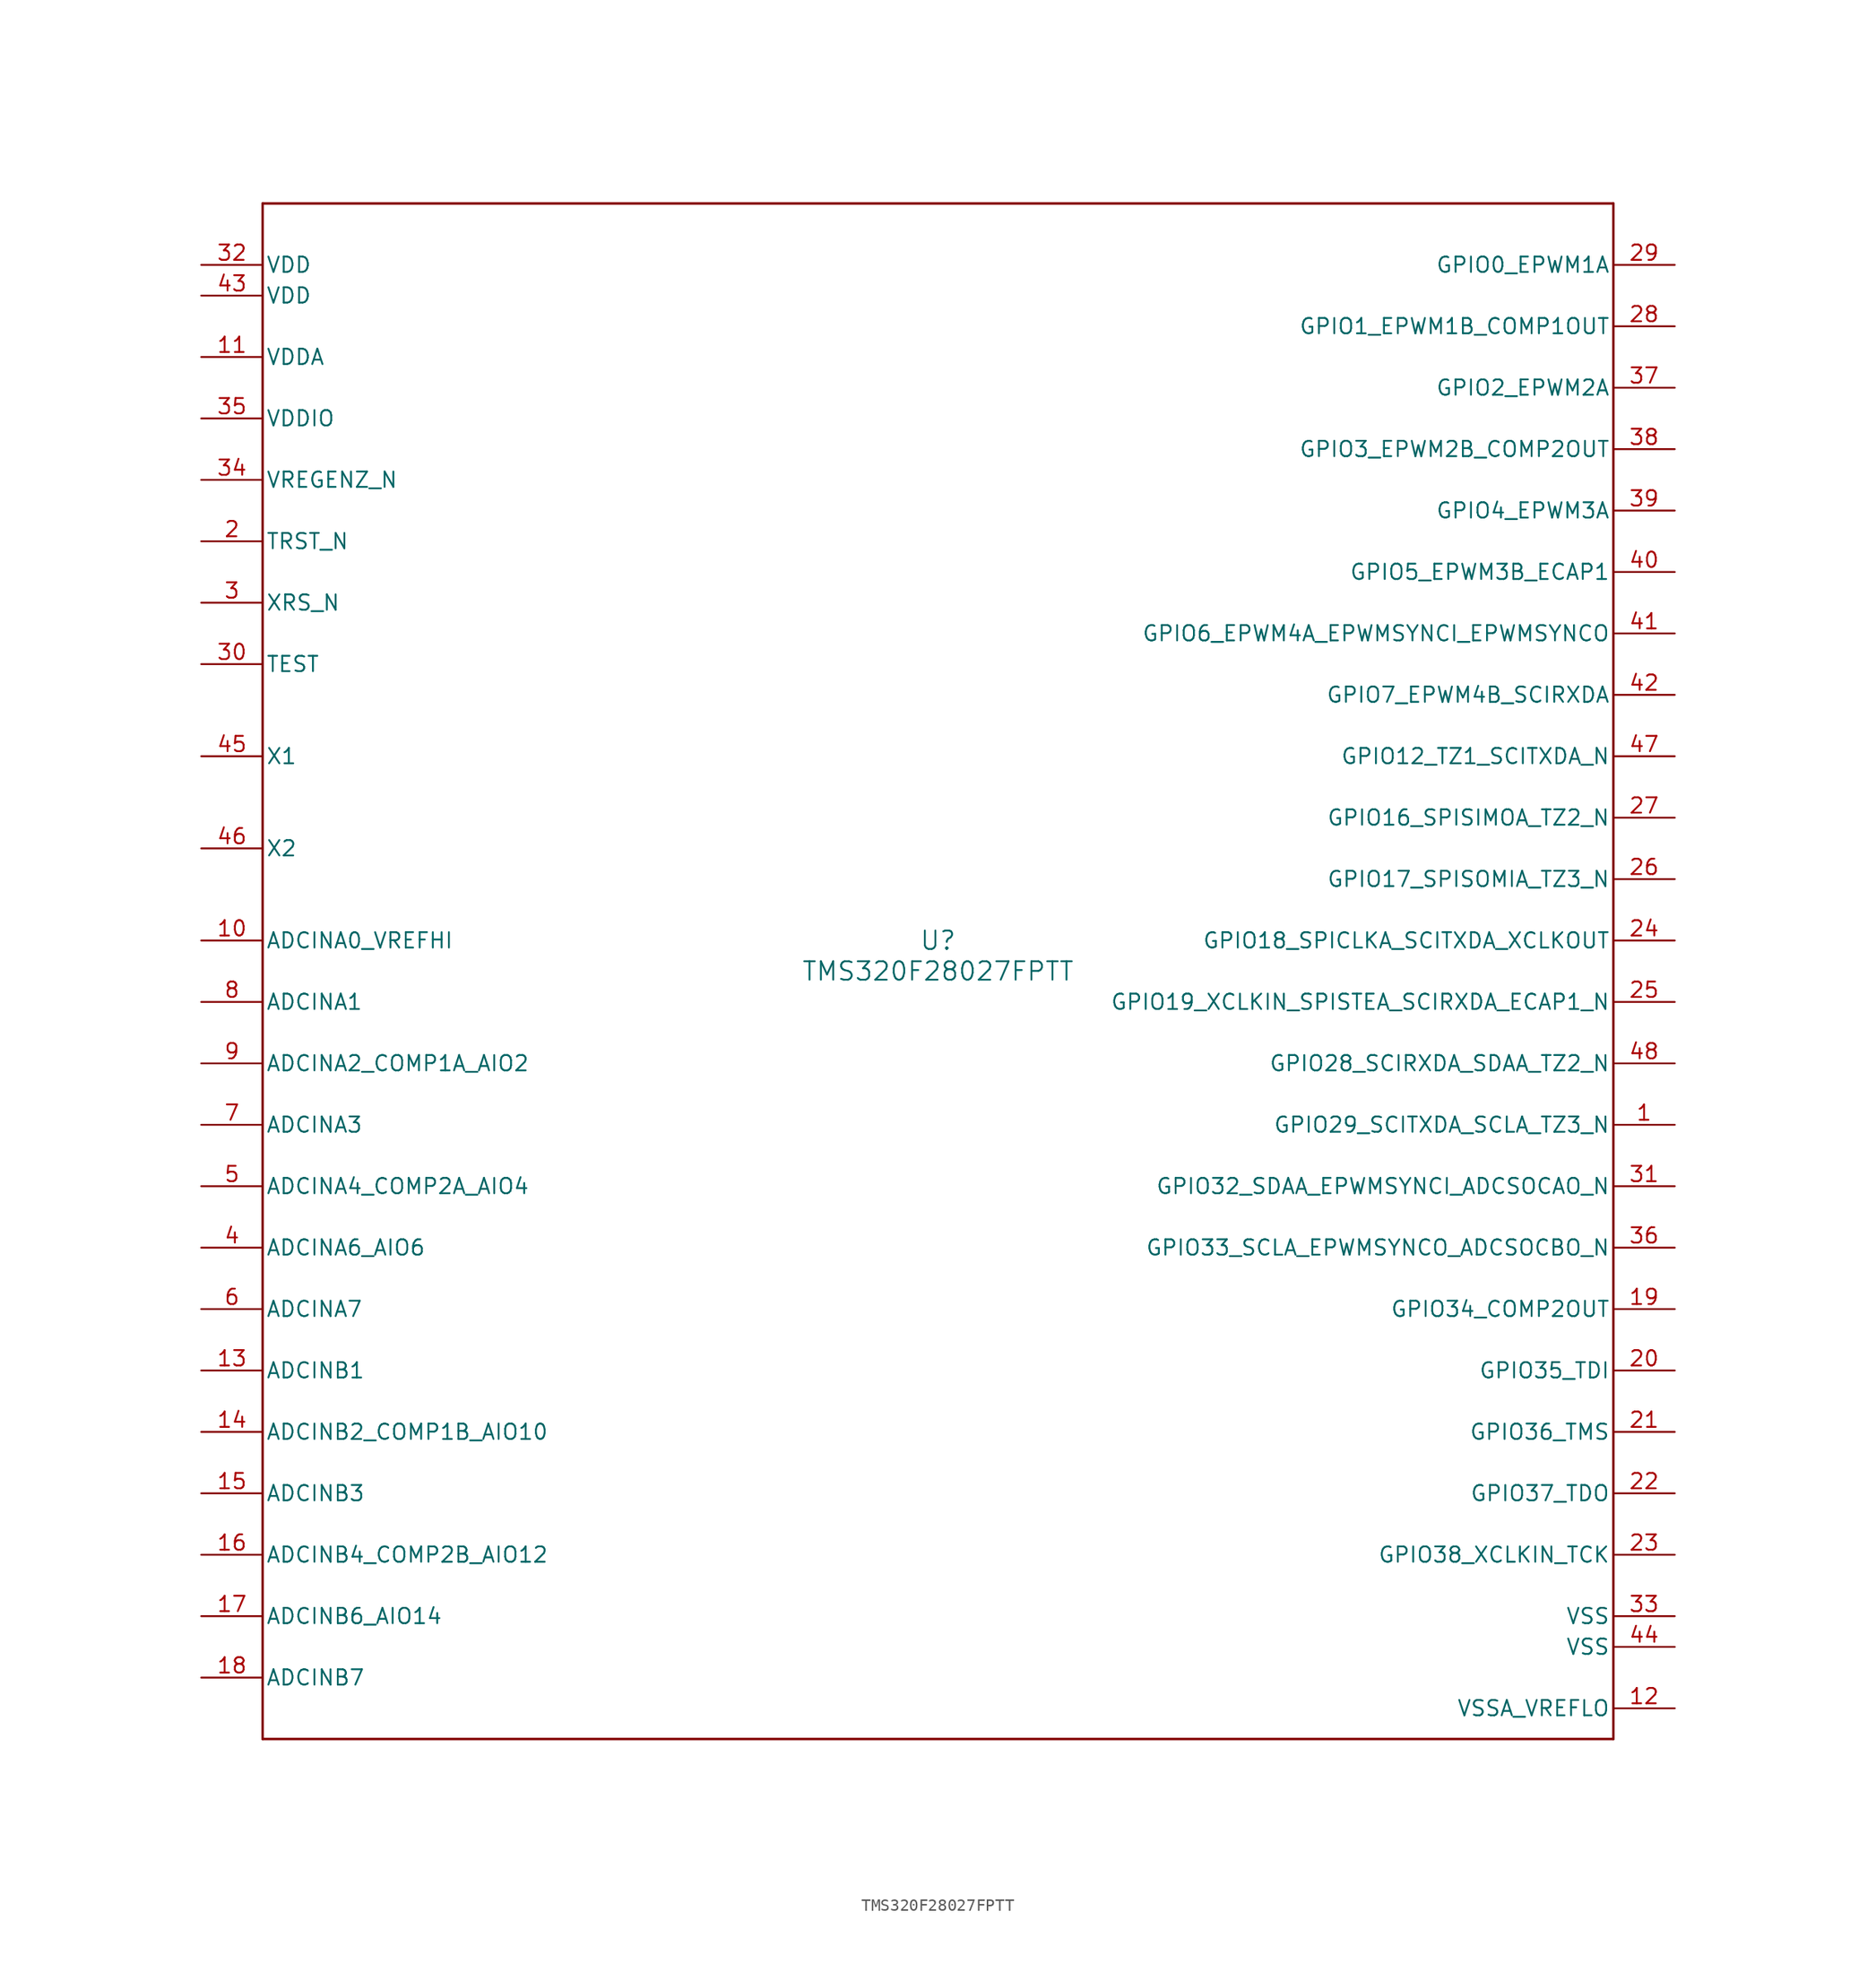
<source format=kicad_sym>
(kicad_symbol_lib
  (version 20211014)
  (generator kicad_symbol_editor)
  (symbol "TMS320F28027FPTT"
    (pin_names
      (offset 0.254))
    (property "Reference" "U"
      (at 0 2.54 0)
      (effects (font (size 1.524 1.524))))
    (property "Value" "TMS320F28027FPTT"
      (at 0 0 0)
      (effects (font (size 1.524 1.524))))
    (symbol "TMS320F28027FPTT_0_1"
      (polyline (pts (xy -55.88 -63.5) (xy 55.88 -63.5)) (stroke (width 0.203) (type default) (color 0 0 0 0)) (fill (type none)))
      (polyline (pts (xy 55.88 -63.5) (xy 55.88 63.5)) (stroke (width 0.203) (type default) (color 0 0 0 0)) (fill (type none)))
      (polyline (pts (xy 55.88 63.5) (xy -55.88 63.5)) (stroke (width 0.203) (type default) (color 0 0 0 0)) (fill (type none)))
      (polyline (pts (xy -55.88 63.5) (xy -55.88 -63.5)) (stroke (width 0.203) (type default) (color 0 0 0 0)) (fill (type none)))
      (pin bidirectional line (at 60.96 -12.7 180) (length 5.08) (name "GPIO29_SCITXDA_SCLA_TZ3_N" (effects (font (size 1.27 1.27)))) (number "1" (effects (font (size 1.27 1.27)))))
      (pin input line (at -60.96 35.56 0) (length 5.08) (name "TRST_N" (effects (font (size 1.27 1.27)))) (number "2" (effects (font (size 1.27 1.27)))))
      (pin bidirectional line (at -60.96 30.48 0) (length 5.08) (name "XRS_N" (effects (font (size 1.27 1.27)))) (number "3" (effects (font (size 1.27 1.27)))))
      (pin bidirectional line (at -60.96 -22.86 0) (length 5.08) (name "ADCINA6_AIO6" (effects (font (size 1.27 1.27)))) (number "4" (effects (font (size 1.27 1.27)))))
      (pin bidirectional line (at -60.96 -17.78 0) (length 5.08) (name "ADCINA4_COMP2A_AIO4" (effects (font (size 1.27 1.27)))) (number "5" (effects (font (size 1.27 1.27)))))
      (pin bidirectional line (at -60.96 -27.94 0) (length 5.08) (name "ADCINA7" (effects (font (size 1.27 1.27)))) (number "6" (effects (font (size 1.27 1.27)))))
      (pin bidirectional line (at -60.96 -12.7 0) (length 5.08) (name "ADCINA3" (effects (font (size 1.27 1.27)))) (number "7" (effects (font (size 1.27 1.27)))))
      (pin bidirectional line (at -60.96 -2.54 0) (length 5.08) (name "ADCINA1" (effects (font (size 1.27 1.27)))) (number "8" (effects (font (size 1.27 1.27)))))
      (pin bidirectional line (at -60.96 -7.62 0) (length 5.08) (name "ADCINA2_COMP1A_AIO2" (effects (font (size 1.27 1.27)))) (number "9" (effects (font (size 1.27 1.27)))))
      (pin bidirectional line (at -60.96 2.54 0) (length 5.08) (name "ADCINA0_VREFHI" (effects (font (size 1.27 1.27)))) (number "10" (effects (font (size 1.27 1.27)))))
      (pin power_in line (at -60.96 50.8 0) (length 5.08) (name "VDDA" (effects (font (size 1.27 1.27)))) (number "11" (effects (font (size 1.27 1.27)))))
      (pin power_in line (at 60.96 -60.96 180) (length 5.08) (name "VSSA_VREFLO" (effects (font (size 1.27 1.27)))) (number "12" (effects (font (size 1.27 1.27)))))
      (pin bidirectional line (at -60.96 -33.02 0) (length 5.08) (name "ADCINB1" (effects (font (size 1.27 1.27)))) (number "13" (effects (font (size 1.27 1.27)))))
      (pin bidirectional line (at -60.96 -38.1 0) (length 5.08) (name "ADCINB2_COMP1B_AIO10" (effects (font (size 1.27 1.27)))) (number "14" (effects (font (size 1.27 1.27)))))
      (pin bidirectional line (at -60.96 -43.18 0) (length 5.08) (name "ADCINB3" (effects (font (size 1.27 1.27)))) (number "15" (effects (font (size 1.27 1.27)))))
      (pin bidirectional line (at -60.96 -48.26 0) (length 5.08) (name "ADCINB4_COMP2B_AIO12" (effects (font (size 1.27 1.27)))) (number "16" (effects (font (size 1.27 1.27)))))
      (pin bidirectional line (at -60.96 -53.34 0) (length 5.08) (name "ADCINB6_AIO14" (effects (font (size 1.27 1.27)))) (number "17" (effects (font (size 1.27 1.27)))))
      (pin bidirectional line (at -60.96 -58.42 0) (length 5.08) (name "ADCINB7" (effects (font (size 1.27 1.27)))) (number "18" (effects (font (size 1.27 1.27)))))
      (pin bidirectional line (at 60.96 -27.94 180) (length 5.08) (name "GPIO34_COMP2OUT" (effects (font (size 1.27 1.27)))) (number "19" (effects (font (size 1.27 1.27)))))
      (pin bidirectional line (at 60.96 -33.02 180) (length 5.08) (name "GPIO35_TDI" (effects (font (size 1.27 1.27)))) (number "20" (effects (font (size 1.27 1.27)))))
      (pin bidirectional line (at 60.96 -38.1 180) (length 5.08) (name "GPIO36_TMS" (effects (font (size 1.27 1.27)))) (number "21" (effects (font (size 1.27 1.27)))))
      (pin bidirectional line (at 60.96 -43.18 180) (length 5.08) (name "GPIO37_TDO" (effects (font (size 1.27 1.27)))) (number "22" (effects (font (size 1.27 1.27)))))
      (pin bidirectional line (at 60.96 -48.26 180) (length 5.08) (name "GPIO38_XCLKIN_TCK" (effects (font (size 1.27 1.27)))) (number "23" (effects (font (size 1.27 1.27)))))
      (pin bidirectional line (at 60.96 2.54 180) (length 5.08) (name "GPIO18_SPICLKA_SCITXDA_XCLKOUT" (effects (font (size 1.27 1.27)))) (number "24" (effects (font (size 1.27 1.27)))))
      (pin bidirectional line (at 60.96 -2.54 180) (length 5.08) (name "GPIO19_XCLKIN_SPISTEA_SCIRXDA_ECAP1_N" (effects (font (size 1.27 1.27)))) (number "25" (effects (font (size 1.27 1.27)))))
      (pin bidirectional line (at 60.96 7.62 180) (length 5.08) (name "GPIO17_SPISOMIA_TZ3_N" (effects (font (size 1.27 1.27)))) (number "26" (effects (font (size 1.27 1.27)))))
      (pin bidirectional line (at 60.96 12.7 180) (length 5.08) (name "GPIO16_SPISIMOA_TZ2_N" (effects (font (size 1.27 1.27)))) (number "27" (effects (font (size 1.27 1.27)))))
      (pin bidirectional line (at 60.96 53.34 180) (length 5.08) (name "GPIO1_EPWM1B_COMP1OUT" (effects (font (size 1.27 1.27)))) (number "28" (effects (font (size 1.27 1.27)))))
      (pin bidirectional line (at 60.96 58.42 180) (length 5.08) (name "GPIO0_EPWM1A" (effects (font (size 1.27 1.27)))) (number "29" (effects (font (size 1.27 1.27)))))
      (pin input line (at -60.96 25.4 0) (length 5.08) (name "TEST" (effects (font (size 1.27 1.27)))) (number "30" (effects (font (size 1.27 1.27)))))
      (pin bidirectional line (at 60.96 -17.78 180) (length 5.08) (name "GPIO32_SDAA_EPWMSYNCI_ADCSOCAO_N" (effects (font (size 1.27 1.27)))) (number "31" (effects (font (size 1.27 1.27)))))
      (pin power_in line (at -60.96 58.42 0) (length 5.08) (name "VDD" (effects (font (size 1.27 1.27)))) (number "32" (effects (font (size 1.27 1.27)))))
      (pin power_in line (at 60.96 -53.34 180) (length 5.08) (name "VSS" (effects (font (size 1.27 1.27)))) (number "33" (effects (font (size 1.27 1.27)))))
      (pin input line (at -60.96 40.64 0) (length 5.08) (name "VREGENZ_N" (effects (font (size 1.27 1.27)))) (number "34" (effects (font (size 1.27 1.27)))))
      (pin power_in line (at -60.96 45.72 0) (length 5.08) (name "VDDIO" (effects (font (size 1.27 1.27)))) (number "35" (effects (font (size 1.27 1.27)))))
      (pin bidirectional line (at 60.96 -22.86 180) (length 5.08) (name "GPIO33_SCLA_EPWMSYNCO_ADCSOCBO_N" (effects (font (size 1.27 1.27)))) (number "36" (effects (font (size 1.27 1.27)))))
      (pin bidirectional line (at 60.96 48.26 180) (length 5.08) (name "GPIO2_EPWM2A" (effects (font (size 1.27 1.27)))) (number "37" (effects (font (size 1.27 1.27)))))
      (pin bidirectional line (at 60.96 43.18 180) (length 5.08) (name "GPIO3_EPWM2B_COMP2OUT" (effects (font (size 1.27 1.27)))) (number "38" (effects (font (size 1.27 1.27)))))
      (pin bidirectional line (at 60.96 38.1 180) (length 5.08) (name "GPIO4_EPWM3A" (effects (font (size 1.27 1.27)))) (number "39" (effects (font (size 1.27 1.27)))))
      (pin bidirectional line (at 60.96 33.02 180) (length 5.08) (name "GPIO5_EPWM3B_ECAP1" (effects (font (size 1.27 1.27)))) (number "40" (effects (font (size 1.27 1.27)))))
      (pin bidirectional line (at 60.96 27.94 180) (length 5.08) (name "GPIO6_EPWM4A_EPWMSYNCI_EPWMSYNCO" (effects (font (size 1.27 1.27)))) (number "41" (effects (font (size 1.27 1.27)))))
      (pin bidirectional line (at 60.96 22.86 180) (length 5.08) (name "GPIO7_EPWM4B_SCIRXDA" (effects (font (size 1.27 1.27)))) (number "42" (effects (font (size 1.27 1.27)))))
      (pin power_in line (at -60.96 55.88 0) (length 5.08) (name "VDD" (effects (font (size 1.27 1.27)))) (number "43" (effects (font (size 1.27 1.27)))))
      (pin power_in line (at 60.96 -55.88 180) (length 5.08) (name "VSS" (effects (font (size 1.27 1.27)))) (number "44" (effects (font (size 1.27 1.27)))))
      (pin unspecified line (at -60.96 17.78 0) (length 5.08) (name "X1" (effects (font (size 1.27 1.27)))) (number "45" (effects (font (size 1.27 1.27)))))
      (pin unspecified line (at -60.96 10.16 0) (length 5.08) (name "X2" (effects (font (size 1.27 1.27)))) (number "46" (effects (font (size 1.27 1.27)))))
      (pin bidirectional line (at 60.96 17.78 180) (length 5.08) (name "GPIO12_TZ1_SCITXDA_N" (effects (font (size 1.27 1.27)))) (number "47" (effects (font (size 1.27 1.27)))))
      (pin bidirectional line (at 60.96 -7.62 180) (length 5.08) (name "GPIO28_SCIRXDA_SDAA_TZ2_N" (effects (font (size 1.27 1.27)))) (number "48" (effects (font (size 1.27 1.27))))))))
</source>
